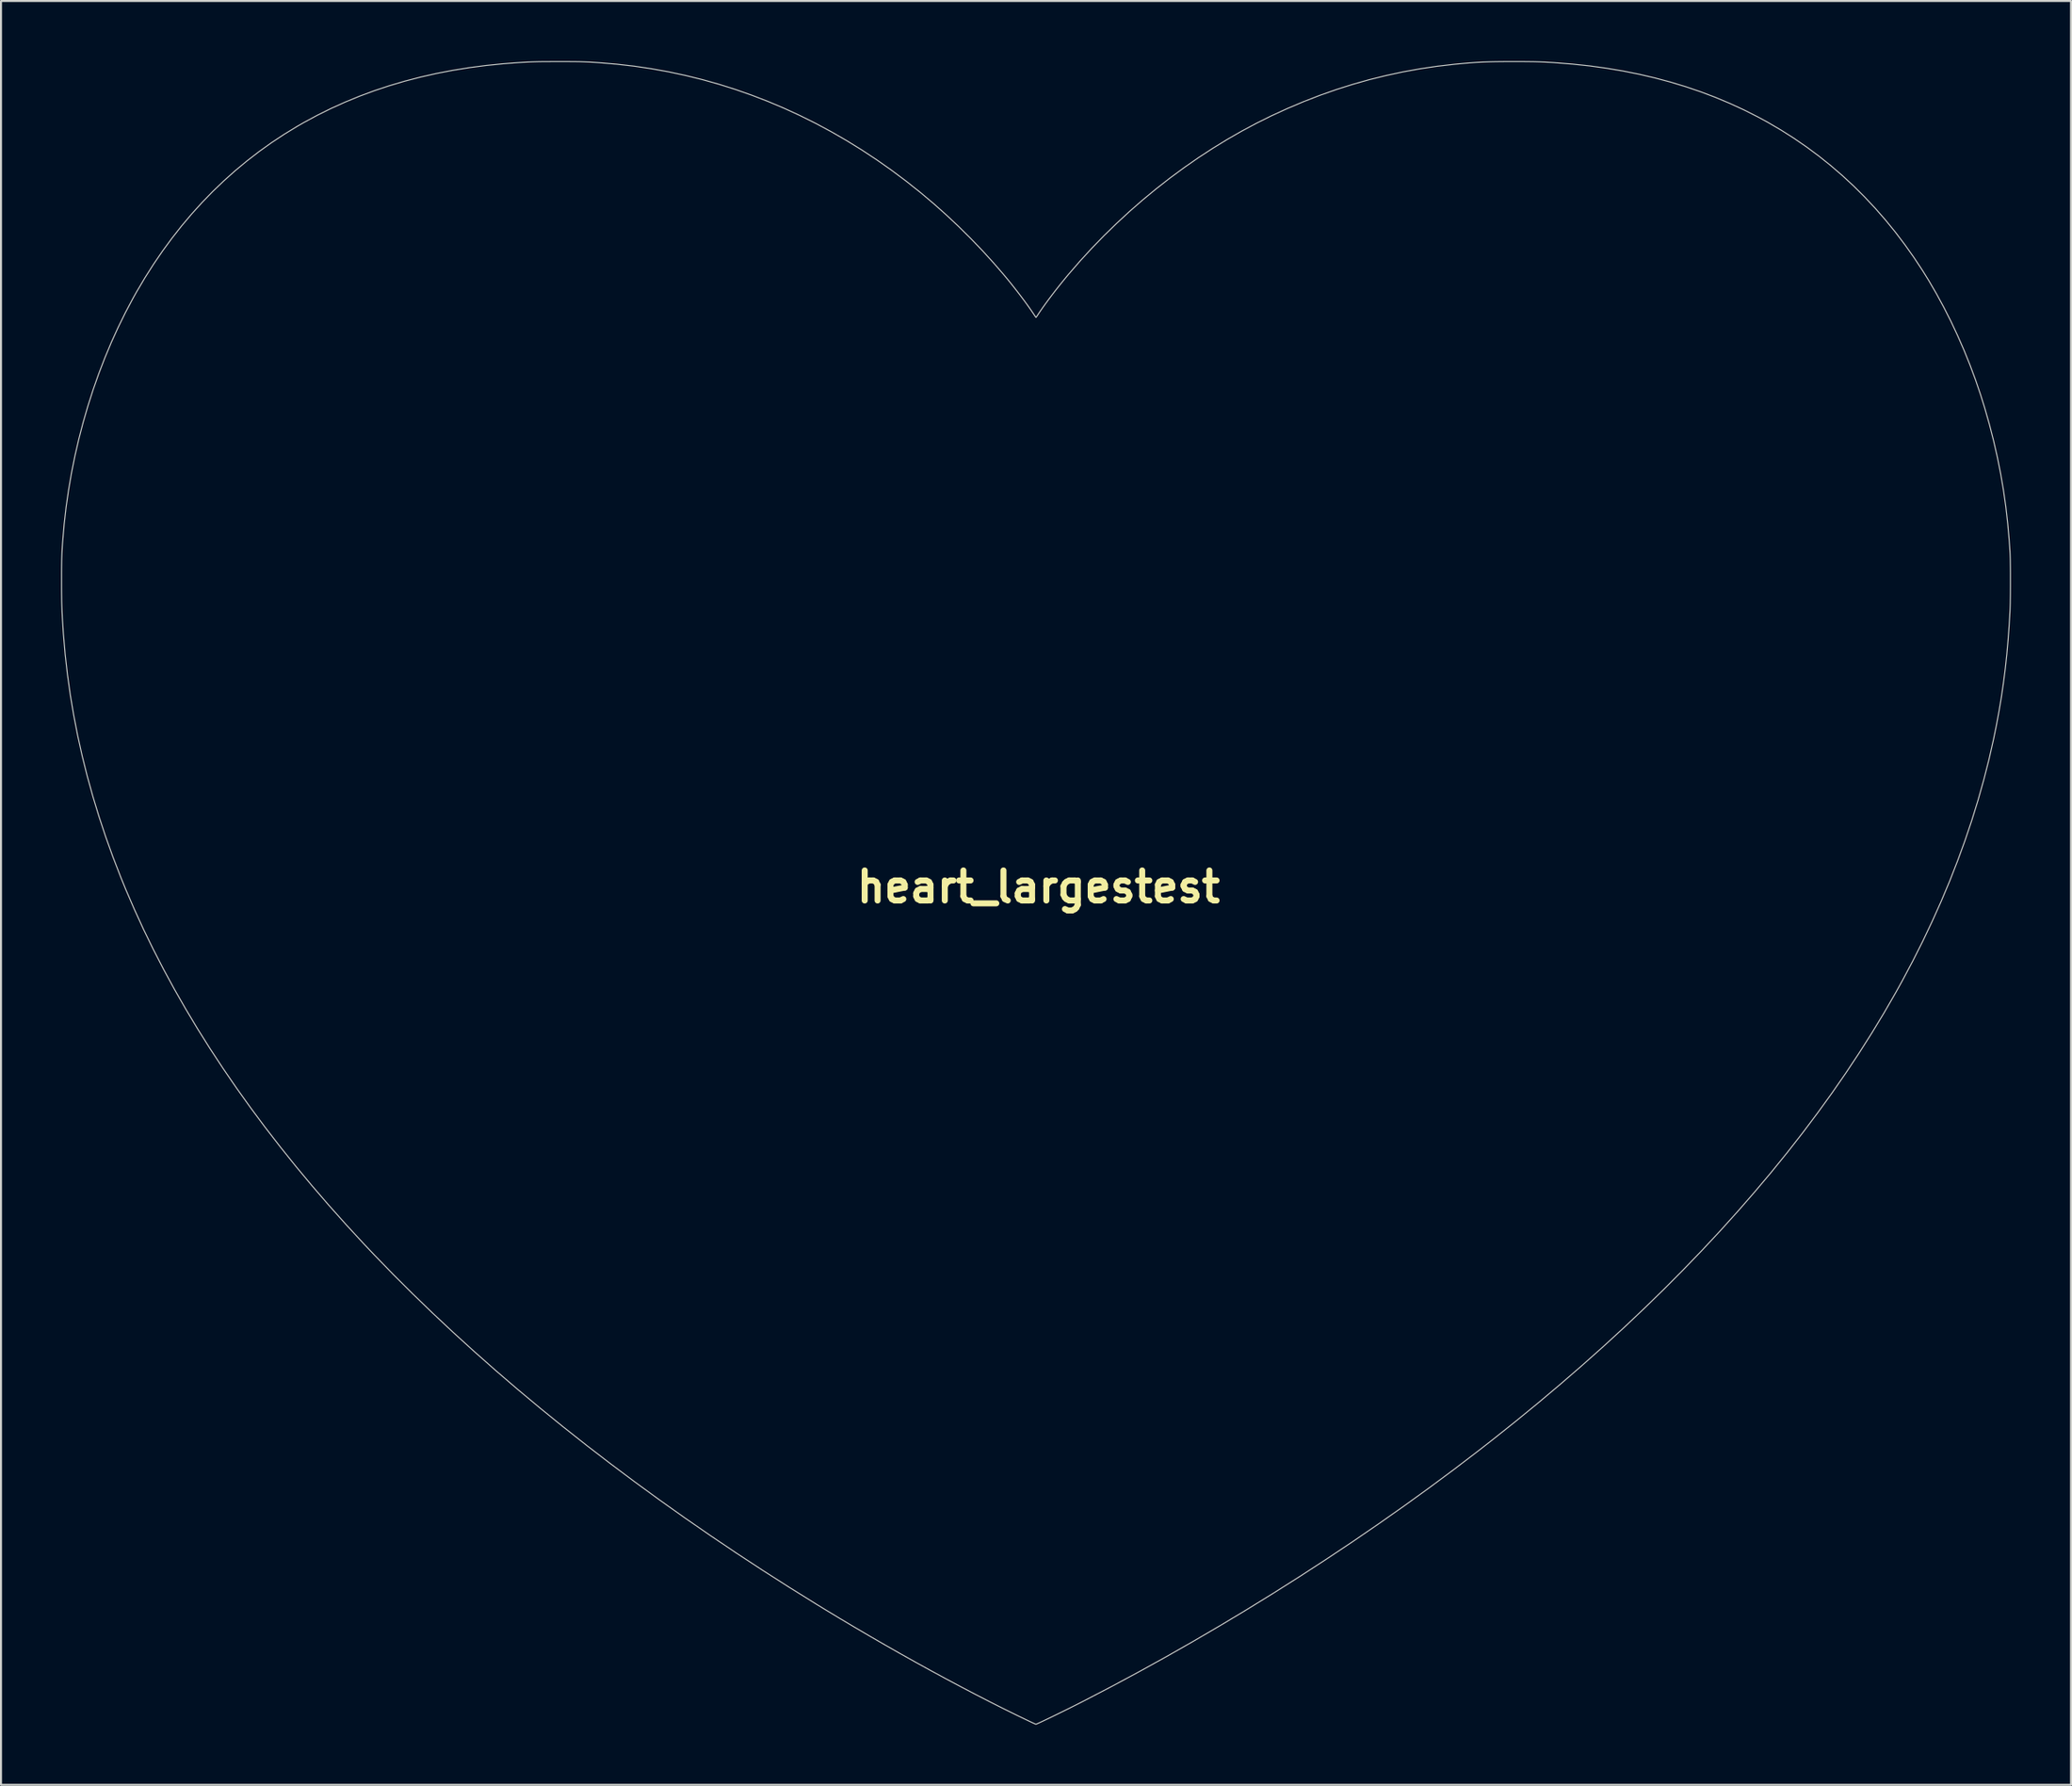
<source format=kicad_pcb>
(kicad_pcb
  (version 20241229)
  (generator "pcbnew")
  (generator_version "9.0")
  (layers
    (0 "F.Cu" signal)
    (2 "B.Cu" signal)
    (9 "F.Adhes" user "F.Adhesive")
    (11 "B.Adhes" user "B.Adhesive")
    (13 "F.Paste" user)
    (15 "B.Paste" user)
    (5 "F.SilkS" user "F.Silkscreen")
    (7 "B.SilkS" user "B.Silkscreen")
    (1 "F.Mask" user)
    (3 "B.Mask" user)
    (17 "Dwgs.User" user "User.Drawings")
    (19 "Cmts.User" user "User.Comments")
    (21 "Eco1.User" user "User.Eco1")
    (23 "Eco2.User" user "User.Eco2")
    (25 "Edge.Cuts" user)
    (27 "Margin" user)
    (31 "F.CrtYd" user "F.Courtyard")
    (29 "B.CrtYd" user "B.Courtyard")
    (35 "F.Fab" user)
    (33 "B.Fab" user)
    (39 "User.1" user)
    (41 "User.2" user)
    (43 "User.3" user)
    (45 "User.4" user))
  (footprint "heart_largestest"
    (layer "F.Cu")
    (at 48.814 41.241)
    (property "Reference" "heart_largestest" (at 0 0 0) (layer "F.SilkS") (effects (font (size 1.5 1.5) (thickness 0.3))))
    (attr board_only exclude_from_pos_files exclude_from_bom)
    (fp_poly (pts (xy 23.938 -41.216) (xy 24.145 -41.216) (xy 24.332 -41.215) (xy 24.5 -41.213) (xy 24.654 -41.211) (xy 24.797 -41.209) (xy 24.932 -41.205) (xy 25.063 -41.201) (xy 25.193 -41.195) (xy 25.326 -41.189) (xy 25.464 -41.181) (xy 25.611 -41.173) (xy 25.77 -41.163) (xy 25.808 -41.16) (xy 26.674 -41.091) (xy 27.525 -41) (xy 28.362 -40.884) (xy 29.184 -40.746) (xy 29.991 -40.585) (xy 30.784 -40.4) (xy 31.562 -40.192) (xy 32.325 -39.961) (xy 33.073 -39.707) (xy 33.805 -39.43) (xy 34.523 -39.129) (xy 35.226 -38.806) (xy 35.914 -38.459) (xy 36.442 -38.172) (xy 37.101 -37.785) (xy 37.744 -37.376) (xy 38.371 -36.944) (xy 38.982 -36.49) (xy 39.576 -36.014) (xy 40.154 -35.516) (xy 40.716 -34.996) (xy 41.26 -34.454) (xy 41.788 -33.891) (xy 42.298 -33.307) (xy 42.792 -32.701) (xy 43.267 -32.074) (xy 43.725 -31.427) (xy 44.166 -30.759) (xy 44.464 -30.278) (xy 44.846 -29.622) (xy 45.214 -28.944) (xy 45.567 -28.248) (xy 45.902 -27.535) (xy 46.22 -26.808) (xy 46.518 -26.071) (xy 46.796 -25.324) (xy 47.052 -24.572) (xy 47.253 -23.928) (xy 47.489 -23.101) (xy 47.7 -22.28) (xy 47.887 -21.462) (xy 48.05 -20.644) (xy 48.191 -19.822) (xy 48.309 -18.994) (xy 48.405 -18.156) (xy 48.48 -17.305) (xy 48.523 -16.659) (xy 48.526 -16.574) (xy 48.53 -16.465) (xy 48.533 -16.334) (xy 48.535 -16.184) (xy 48.537 -16.019) (xy 48.539 -15.842) (xy 48.54 -15.655) (xy 48.54 -15.462) (xy 48.54 -15.265) (xy 48.54 -15.068) (xy 48.539 -14.874) (xy 48.538 -14.686) (xy 48.537 -14.507) (xy 48.534 -14.339) (xy 48.532 -14.187) (xy 48.529 -14.052) (xy 48.525 -13.938) (xy 48.523 -13.875) (xy 48.48 -13.103) (xy 48.426 -12.352) (xy 48.361 -11.619) (xy 48.283 -10.899) (xy 48.192 -10.188) (xy 48.089 -9.482) (xy 47.971 -8.778) (xy 47.84 -8.07) (xy 47.696 -7.366) (xy 47.466 -6.354) (xy 47.208 -5.343) (xy 46.923 -4.332) (xy 46.611 -3.323) (xy 46.271 -2.314) (xy 45.904 -1.307) (xy 45.511 -0.302) (xy 45.09 0.701) (xy 44.642 1.701) (xy 44.168 2.7) (xy 43.667 3.695) (xy 43.14 4.687) (xy 42.816 5.272) (xy 42.234 6.281) (xy 41.624 7.287) (xy 40.987 8.291) (xy 40.323 9.292) (xy 39.632 10.289) (xy 38.913 11.284) (xy 38.168 12.276) (xy 37.396 13.264) (xy 36.597 14.249) (xy 35.771 15.23) (xy 34.919 16.208) (xy 34.04 17.183) (xy 33.135 18.153) (xy 32.203 19.12) (xy 31.246 20.082) (xy 30.262 21.041) (xy 29.252 21.996) (xy 28.216 22.946) (xy 27.154 23.892) (xy 26.067 24.833) (xy 24.954 25.77) (xy 23.815 26.702) (xy 22.651 27.629) (xy 21.945 28.179) (xy 20.742 29.097) (xy 19.514 30.008) (xy 18.264 30.911) (xy 16.992 31.805) (xy 15.701 32.69) (xy 14.394 33.562) (xy 13.072 34.422) (xy 11.738 35.267) (xy 10.393 36.097) (xy 9.04 36.909) (xy 7.68 37.704) (xy 6.317 38.479) (xy 4.951 39.233) (xy 3.586 39.965) (xy 2.223 40.673) (xy 1.99 40.792) (xy 1.849 40.863) (xy 1.699 40.938) (xy 1.544 41.016) (xy 1.386 41.094) (xy 1.225 41.174) (xy 1.065 41.252) (xy 0.906 41.33) (xy 0.752 41.405) (xy 0.604 41.477) (xy 0.464 41.544) (xy 0.334 41.606) (xy 0.216 41.662) (xy 0.112 41.711) (xy 0.024 41.751) (xy -0.046 41.783) (xy -0.096 41.805) (xy -0.125 41.815) (xy -0.13 41.816) (xy -0.146 41.81) (xy -0.184 41.794) (xy -0.239 41.769) (xy -0.307 41.738) (xy -0.384 41.701) (xy -0.415 41.687) (xy -1.078 41.368) (xy -1.76 41.032) (xy -2.458 40.68) (xy -3.172 40.313) (xy -3.898 39.932) (xy -4.635 39.539) (xy -5.381 39.135) (xy -6.134 38.72) (xy -6.891 38.296) (xy -7.65 37.864) (xy -8.411 37.424) (xy -9.17 36.979) (xy -9.925 36.53) (xy -10.676 36.076) (xy -11.09 35.822) (xy -12.445 34.978) (xy -13.782 34.124) (xy -15.099 33.26) (xy -16.396 32.386) (xy -17.673 31.503) (xy -18.93 30.611) (xy -20.165 29.711) (xy -21.378 28.803) (xy -22.57 27.887) (xy -23.739 26.963) (xy -24.884 26.033) (xy -26.007 25.096) (xy -27.105 24.153) (xy -28.179 23.203) (xy -29.228 22.249) (xy -30.252 21.289) (xy -31.25 20.324) (xy -32.222 19.355) (xy -33.167 18.382) (xy -33.692 17.827) (xy -34.578 16.866) (xy -35.438 15.902) (xy -36.272 14.934) (xy -37.08 13.964) (xy -37.861 12.99) (xy -38.616 12.014) (xy -39.345 11.034) (xy -40.047 10.052) (xy -40.722 9.068) (xy -41.371 8.081) (xy -41.993 7.092) (xy -42.587 6.101) (xy -43.155 5.109) (xy -43.696 4.114) (xy -44.209 3.118) (xy -44.696 2.12) (xy -45.154 1.12) (xy -45.586 0.12) (xy -45.835 -0.491) (xy -46.225 -1.499) (xy -46.587 -2.507) (xy -46.921 -3.516) (xy -47.228 -4.525) (xy -47.508 -5.534) (xy -47.76 -6.544) (xy -47.985 -7.555) (xy -48.182 -8.568) (xy -48.352 -9.581) (xy -48.494 -10.596) (xy -48.61 -11.612) (xy -48.698 -12.631) (xy -48.733 -13.163) (xy -48.744 -13.346) (xy -48.753 -13.513) (xy -48.761 -13.669) (xy -48.768 -13.817) (xy -48.773 -13.961) (xy -48.778 -14.105) (xy -48.782 -14.252) (xy -48.784 -14.406) (xy -48.786 -14.571) (xy -48.788 -14.75) (xy -48.789 -14.948) (xy -48.789 -15.168) (xy -48.789 -15.291) (xy -48.789 -15.514) (xy -48.789 -15.712) (xy -48.788 -15.89) (xy -48.786 -16.049) (xy -48.784 -16.194) (xy -48.782 -16.328) (xy -48.778 -16.454) (xy -48.774 -16.575) (xy -48.769 -16.695) (xy -48.762 -16.817) (xy -48.755 -16.944) (xy -48.746 -17.08) (xy -48.736 -17.227) (xy -48.733 -17.26) (xy -48.66 -18.117) (xy -48.562 -18.972) (xy -48.439 -19.825) (xy -48.293 -20.674) (xy -48.123 -21.519) (xy -47.93 -22.357) (xy -47.714 -23.188) (xy -47.476 -24.01) (xy -47.216 -24.821) (xy -46.935 -25.621) (xy -46.632 -26.409) (xy -46.309 -27.182) (xy -45.965 -27.94) (xy -45.601 -28.68) (xy -45.218 -29.403) (xy -45.038 -29.723) (xy -44.625 -30.421) (xy -44.194 -31.099) (xy -43.745 -31.756) (xy -43.278 -32.393) (xy -42.794 -33.009) (xy -42.293 -33.603) (xy -41.774 -34.177) (xy -41.238 -34.729) (xy -40.685 -35.259) (xy -40.116 -35.768) (xy -39.529 -36.255) (xy -38.927 -36.72) (xy -38.308 -37.163) (xy -37.673 -37.583) (xy -37.022 -37.981) (xy -36.69 -38.172) (xy -36.015 -38.536) (xy -35.324 -38.878) (xy -34.618 -39.196) (xy -33.896 -39.492) (xy -33.16 -39.764) (xy -32.409 -40.013) (xy -31.643 -40.239) (xy -30.862 -40.442) (xy -30.066 -40.622) (xy -29.255 -40.778) (xy -28.43 -40.911) (xy -27.59 -41.021) (xy -26.736 -41.108) (xy -26.056 -41.16) (xy -25.894 -41.17) (xy -25.745 -41.18) (xy -25.605 -41.187) (xy -25.472 -41.194) (xy -25.342 -41.2) (xy -25.211 -41.204) (xy -25.077 -41.208) (xy -24.936 -41.211) (xy -24.785 -41.213) (xy -24.62 -41.214) (xy -24.438 -41.215) (xy -24.236 -41.216) (xy -24.01 -41.216) (xy -23.956 -41.216) (xy -23.732 -41.216) (xy -23.532 -41.216) (xy -23.353 -41.215) (xy -23.193 -41.214) (xy -23.047 -41.212) (xy -22.913 -41.21) (xy -22.787 -41.206) (xy -22.666 -41.202) (xy -22.547 -41.197) (xy -22.427 -41.192) (xy -22.303 -41.185) (xy -22.17 -41.176) (xy -22.027 -41.167) (xy -21.924 -41.16) (xy -21.053 -41.086) (xy -20.187 -40.986) (xy -19.327 -40.858) (xy -18.474 -40.704) (xy -17.628 -40.523) (xy -16.788 -40.316) (xy -15.955 -40.082) (xy -15.13 -39.822) (xy -14.313 -39.535) (xy -13.504 -39.223) (xy -12.702 -38.884) (xy -11.91 -38.52) (xy -11.126 -38.13) (xy -10.351 -37.714) (xy -9.585 -37.272) (xy -8.829 -36.805) (xy -8.083 -36.313) (xy -7.347 -35.796) (xy -6.621 -35.253) (xy -5.905 -34.685) (xy -5.876 -34.661) (xy -5.235 -34.121) (xy -4.601 -33.556) (xy -3.979 -32.972) (xy -3.372 -32.37) (xy -2.782 -31.755) (xy -2.214 -31.129) (xy -1.754 -30.596) (xy -1.57 -30.375) (xy -1.385 -30.148) (xy -1.202 -29.917) (xy -1.022 -29.686) (xy -0.848 -29.458) (xy -0.682 -29.236) (xy -0.528 -29.023) (xy -0.386 -28.822) (xy -0.26 -28.637) (xy -0.2 -28.547) (xy -0.169 -28.501) (xy -0.144 -28.464) (xy -0.128 -28.444) (xy -0.124 -28.441) (xy -0.114 -28.451) (xy -0.093 -28.48) (xy -0.065 -28.522) (xy -0.048 -28.547) (xy 0.069 -28.723) (xy 0.203 -28.916) (xy 0.351 -29.123) (xy 0.511 -29.341) (xy 0.681 -29.566) (xy 0.858 -29.796) (xy 1.04 -30.027) (xy 1.225 -30.257) (xy 1.409 -30.481) (xy 1.505 -30.596) (xy 2.076 -31.255) (xy 2.667 -31.899) (xy 3.277 -32.527) (xy 3.905 -33.138) (xy 4.548 -33.732) (xy 5.207 -34.308) (xy 5.881 -34.864) (xy 6.567 -35.4) (xy 7.265 -35.914) (xy 7.973 -36.407) (xy 8.692 -36.877) (xy 9.418 -37.323) (xy 10.152 -37.744) (xy 10.893 -38.14) (xy 11.638 -38.51) (xy 11.65 -38.515) (xy 12.454 -38.883) (xy 13.26 -39.223) (xy 14.071 -39.537) (xy 14.886 -39.823) (xy 15.706 -40.082) (xy 16.531 -40.315) (xy 17.363 -40.52) (xy 18.2 -40.7) (xy 19.045 -40.853) (xy 19.897 -40.98) (xy 20.758 -41.081) (xy 21.005 -41.105) (xy 21.224 -41.125) (xy 21.427 -41.142) (xy 21.618 -41.158) (xy 21.802 -41.171) (xy 21.981 -41.182) (xy 22.159 -41.191) (xy 22.339 -41.198) (xy 22.525 -41.204) (xy 22.721 -41.209) (xy 22.93 -41.212) (xy 23.156 -41.215) (xy 23.402 -41.216) (xy 23.671 -41.216) (xy 23.707 -41.216)) (stroke (width 0.05) (type solid)) (fill no) (layer "Edge.Cuts")))
  (gr_rect
    (start -3 -3)
    (end 100.38 86.083)
    (stroke (width 0.1) (type default))
    (fill no)
    (layer "Edge.Cuts")))
</source>
